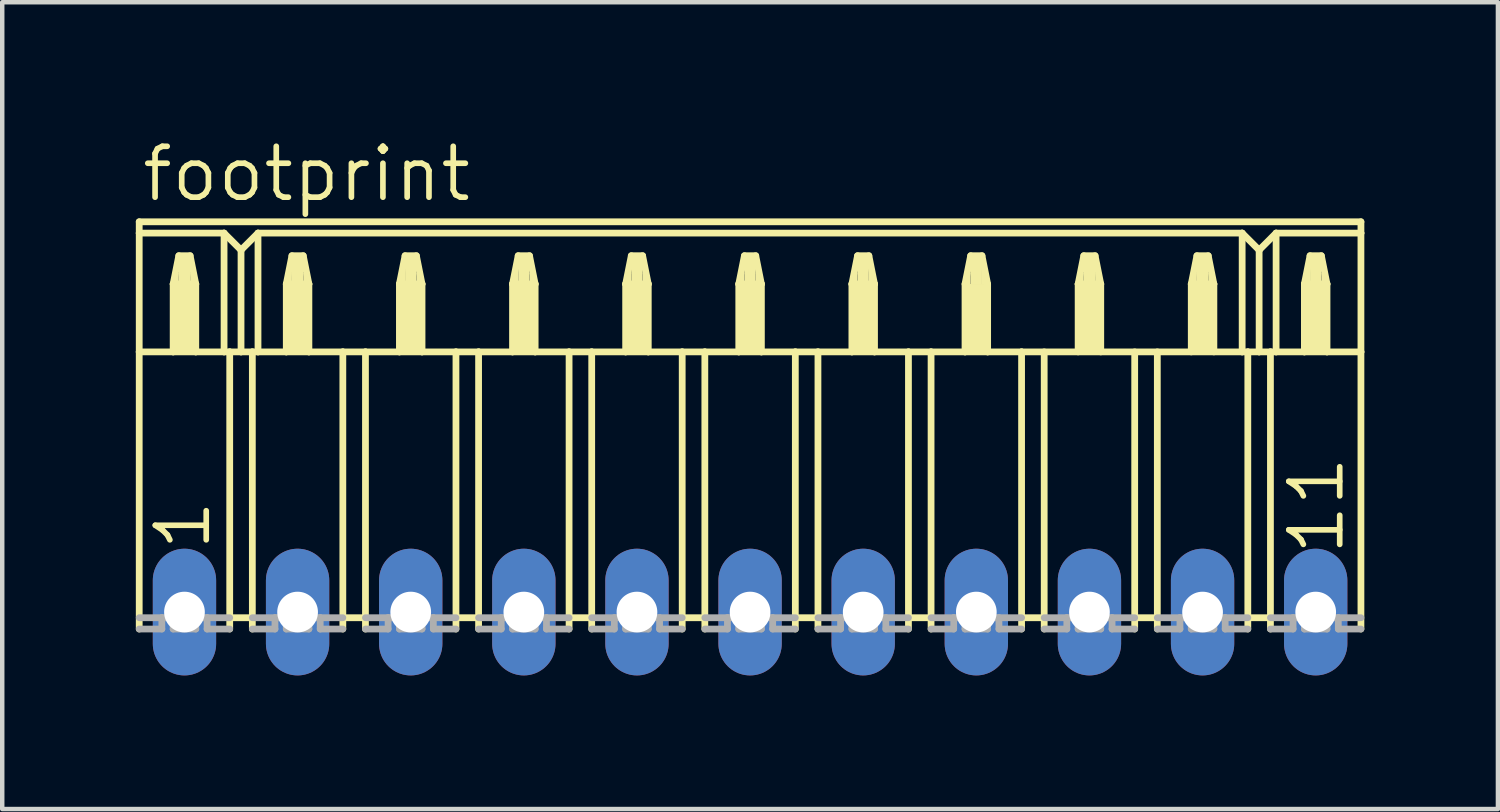
<source format=kicad_pcb>
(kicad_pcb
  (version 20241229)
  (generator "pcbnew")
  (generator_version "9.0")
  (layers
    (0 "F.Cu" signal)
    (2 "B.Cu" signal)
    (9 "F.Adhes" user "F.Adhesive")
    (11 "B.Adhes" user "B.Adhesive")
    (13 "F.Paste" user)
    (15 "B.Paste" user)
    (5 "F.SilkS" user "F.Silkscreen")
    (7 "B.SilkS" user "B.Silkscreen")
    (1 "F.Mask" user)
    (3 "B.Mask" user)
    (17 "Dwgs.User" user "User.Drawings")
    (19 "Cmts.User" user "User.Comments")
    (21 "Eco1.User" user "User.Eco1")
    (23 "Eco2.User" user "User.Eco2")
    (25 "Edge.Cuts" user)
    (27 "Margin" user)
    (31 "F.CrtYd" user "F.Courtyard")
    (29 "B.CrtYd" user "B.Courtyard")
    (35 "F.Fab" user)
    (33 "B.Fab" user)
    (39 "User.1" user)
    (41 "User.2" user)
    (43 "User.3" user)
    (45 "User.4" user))
  (footprint "footprint"
    (layer "F.Cu")
    (at 13.792 10.693)
    (property "Reference" "footprint" (at -13.716 -9.169 0) (layer "F.SilkS") (effects (font (size 1.143 1.143) (thickness 0.127)) (justify left bottom)))
    (fp_line (start -13.716 -8.763) (end -13.716 -8.509) (stroke (width 0.152) (type solid)) (layer "F.SilkS"))
    (fp_line (start -13.716 -8.763) (end 13.716 -8.763) (stroke (width 0.152) (type solid)) (layer "F.SilkS"))
    (fp_line (start -13.716 -8.509) (end -13.716 -5.842) (stroke (width 0.152) (type solid)) (layer "F.SilkS"))
    (fp_line (start -13.716 -8.509) (end -11.811 -8.509) (stroke (width 0.152) (type solid)) (layer "F.SilkS"))
    (fp_line (start -13.716 -5.842) (end -13.716 0.381) (stroke (width 0.152) (type solid)) (layer "F.SilkS"))
    (fp_line (start -13.716 -5.842) (end -12.954 -5.842) (stroke (width 0.152) (type solid)) (layer "F.SilkS"))
    (fp_line (start -12.954 -7.366) (end -12.954 -5.842) (stroke (width 0.152) (type solid)) (layer "F.SilkS"))
    (fp_line (start -12.954 -7.366) (end -12.827 -8.001) (stroke (width 0.152) (type solid)) (layer "F.SilkS"))
    (fp_line (start -12.954 -5.842) (end -12.446 -5.842) (stroke (width 0.152) (type solid)) (layer "F.SilkS"))
    (fp_line (start -12.827 -8.001) (end -12.573 -8.001) (stroke (width 0.152) (type solid)) (layer "F.SilkS"))
    (fp_line (start -12.573 -8.001) (end -12.446 -7.366) (stroke (width 0.152) (type solid)) (layer "F.SilkS"))
    (fp_line (start -12.446 -7.366) (end -12.954 -7.366) (stroke (width 0.152) (type solid)) (layer "F.SilkS"))
    (fp_line (start -12.446 -7.366) (end -12.446 -5.842) (stroke (width 0.152) (type solid)) (layer "F.SilkS"))
    (fp_line (start -12.446 -5.842) (end -11.811 -5.842) (stroke (width 0.152) (type solid)) (layer "F.SilkS"))
    (fp_line (start -11.811 -8.509) (end -11.811 -5.842) (stroke (width 0.152) (type solid)) (layer "F.SilkS"))
    (fp_line (start -11.811 -8.509) (end -11.43 -8.128) (stroke (width 0.152) (type solid)) (layer "F.SilkS"))
    (fp_line (start -11.811 -5.842) (end -11.684 -5.842) (stroke (width 0.152) (type solid)) (layer "F.SilkS"))
    (fp_line (start -11.684 -5.842) (end -11.684 0.127) (stroke (width 0.152) (type solid)) (layer "F.SilkS"))
    (fp_line (start -11.684 -5.842) (end -11.43 -5.842) (stroke (width 0.152) (type solid)) (layer "F.SilkS"))
    (fp_line (start -11.684 0.127) (end -11.684 0.381) (stroke (width 0.152) (type solid)) (layer "F.SilkS"))
    (fp_line (start -11.43 -8.128) (end -11.43 -5.842) (stroke (width 0.152) (type solid)) (layer "F.SilkS"))
    (fp_line (start -11.43 -8.128) (end -11.049 -8.509) (stroke (width 0.152) (type solid)) (layer "F.SilkS"))
    (fp_line (start -11.43 -5.842) (end -11.176 -5.842) (stroke (width 0.152) (type solid)) (layer "F.SilkS"))
    (fp_line (start -11.176 -5.842) (end -11.176 0.127) (stroke (width 0.152) (type solid)) (layer "F.SilkS"))
    (fp_line (start -11.176 -5.842) (end -11.049 -5.842) (stroke (width 0.152) (type solid)) (layer "F.SilkS"))
    (fp_line (start -11.176 0.127) (end -11.684 0.127) (stroke (width 0.152) (type solid)) (layer "F.SilkS"))
    (fp_line (start -11.176 0.127) (end -11.176 0.381) (stroke (width 0.152) (type solid)) (layer "F.SilkS"))
    (fp_line (start -11.049 -8.509) (end -11.049 -5.842) (stroke (width 0.152) (type solid)) (layer "F.SilkS"))
    (fp_line (start -11.049 -8.509) (end 11.049 -8.509) (stroke (width 0.152) (type solid)) (layer "F.SilkS"))
    (fp_line (start -11.049 -5.842) (end -10.414 -5.842) (stroke (width 0.152) (type solid)) (layer "F.SilkS"))
    (fp_line (start -10.414 -7.366) (end -10.414 -5.842) (stroke (width 0.152) (type solid)) (layer "F.SilkS"))
    (fp_line (start -10.414 -7.366) (end -10.287 -8.001) (stroke (width 0.152) (type solid)) (layer "F.SilkS"))
    (fp_line (start -10.414 -5.842) (end -9.906 -5.842) (stroke (width 0.152) (type solid)) (layer "F.SilkS"))
    (fp_line (start -10.287 -8.001) (end -10.033 -8.001) (stroke (width 0.152) (type solid)) (layer "F.SilkS"))
    (fp_line (start -10.033 -8.001) (end -9.906 -7.366) (stroke (width 0.152) (type solid)) (layer "F.SilkS"))
    (fp_line (start -9.906 -7.366) (end -10.414 -7.366) (stroke (width 0.152) (type solid)) (layer "F.SilkS"))
    (fp_line (start -9.906 -7.366) (end -9.906 -5.842) (stroke (width 0.152) (type solid)) (layer "F.SilkS"))
    (fp_line (start -9.906 -5.842) (end -9.144 -5.842) (stroke (width 0.152) (type solid)) (layer "F.SilkS"))
    (fp_line (start -9.144 -5.842) (end -9.144 0.127) (stroke (width 0.152) (type solid)) (layer "F.SilkS"))
    (fp_line (start -9.144 -5.842) (end -8.636 -5.842) (stroke (width 0.152) (type solid)) (layer "F.SilkS"))
    (fp_line (start -9.144 0.127) (end -9.144 0.381) (stroke (width 0.152) (type solid)) (layer "F.SilkS"))
    (fp_line (start -8.636 -5.842) (end -8.636 0.127) (stroke (width 0.152) (type solid)) (layer "F.SilkS"))
    (fp_line (start -8.636 -5.842) (end -7.874 -5.842) (stroke (width 0.152) (type solid)) (layer "F.SilkS"))
    (fp_line (start -8.636 0.127) (end -9.144 0.127) (stroke (width 0.152) (type solid)) (layer "F.SilkS"))
    (fp_line (start -8.636 0.127) (end -8.636 0.381) (stroke (width 0.152) (type solid)) (layer "F.SilkS"))
    (fp_line (start -7.874 -7.366) (end -7.874 -5.842) (stroke (width 0.152) (type solid)) (layer "F.SilkS"))
    (fp_line (start -7.874 -7.366) (end -7.747 -8.001) (stroke (width 0.152) (type solid)) (layer "F.SilkS"))
    (fp_line (start -7.874 -5.842) (end -7.366 -5.842) (stroke (width 0.152) (type solid)) (layer "F.SilkS"))
    (fp_line (start -7.747 -8.001) (end -7.493 -8.001) (stroke (width 0.152) (type solid)) (layer "F.SilkS"))
    (fp_line (start -7.493 -8.001) (end -7.366 -7.366) (stroke (width 0.152) (type solid)) (layer "F.SilkS"))
    (fp_line (start -7.366 -7.366) (end -7.874 -7.366) (stroke (width 0.152) (type solid)) (layer "F.SilkS"))
    (fp_line (start -7.366 -7.366) (end -7.366 -5.842) (stroke (width 0.152) (type solid)) (layer "F.SilkS"))
    (fp_line (start -7.366 -5.842) (end -6.604 -5.842) (stroke (width 0.152) (type solid)) (layer "F.SilkS"))
    (fp_line (start -6.604 -5.842) (end -6.604 0.127) (stroke (width 0.152) (type solid)) (layer "F.SilkS"))
    (fp_line (start -6.604 -5.842) (end -6.096 -5.842) (stroke (width 0.152) (type solid)) (layer "F.SilkS"))
    (fp_line (start -6.604 0.127) (end -6.604 0.381) (stroke (width 0.152) (type solid)) (layer "F.SilkS"))
    (fp_line (start -6.096 -5.842) (end -6.096 0.127) (stroke (width 0.152) (type solid)) (layer "F.SilkS"))
    (fp_line (start -6.096 -5.842) (end -5.334 -5.842) (stroke (width 0.152) (type solid)) (layer "F.SilkS"))
    (fp_line (start -6.096 0.127) (end -6.604 0.127) (stroke (width 0.152) (type solid)) (layer "F.SilkS"))
    (fp_line (start -6.096 0.127) (end -6.096 0.381) (stroke (width 0.152) (type solid)) (layer "F.SilkS"))
    (fp_line (start -5.334 -7.366) (end -5.334 -5.842) (stroke (width 0.152) (type solid)) (layer "F.SilkS"))
    (fp_line (start -5.334 -7.366) (end -5.207 -8.001) (stroke (width 0.152) (type solid)) (layer "F.SilkS"))
    (fp_line (start -5.334 -5.842) (end -4.826 -5.842) (stroke (width 0.152) (type solid)) (layer "F.SilkS"))
    (fp_line (start -5.207 -8.001) (end -4.953 -8.001) (stroke (width 0.152) (type solid)) (layer "F.SilkS"))
    (fp_line (start -4.953 -8.001) (end -4.826 -7.366) (stroke (width 0.152) (type solid)) (layer "F.SilkS"))
    (fp_line (start -4.826 -7.366) (end -5.334 -7.366) (stroke (width 0.152) (type solid)) (layer "F.SilkS"))
    (fp_line (start -4.826 -7.366) (end -4.826 -5.842) (stroke (width 0.152) (type solid)) (layer "F.SilkS"))
    (fp_line (start -4.826 -5.842) (end -4.064 -5.842) (stroke (width 0.152) (type solid)) (layer "F.SilkS"))
    (fp_line (start -4.064 -5.842) (end -4.064 0.127) (stroke (width 0.152) (type solid)) (layer "F.SilkS"))
    (fp_line (start -4.064 -5.842) (end -3.556 -5.842) (stroke (width 0.152) (type solid)) (layer "F.SilkS"))
    (fp_line (start -4.064 0.127) (end -4.064 0.381) (stroke (width 0.152) (type solid)) (layer "F.SilkS"))
    (fp_line (start -3.556 -5.842) (end -3.556 0.127) (stroke (width 0.152) (type solid)) (layer "F.SilkS"))
    (fp_line (start -3.556 -5.842) (end -2.794 -5.842) (stroke (width 0.152) (type solid)) (layer "F.SilkS"))
    (fp_line (start -3.556 0.127) (end -4.064 0.127) (stroke (width 0.152) (type solid)) (layer "F.SilkS"))
    (fp_line (start -3.556 0.127) (end -3.556 0.381) (stroke (width 0.152) (type solid)) (layer "F.SilkS"))
    (fp_line (start -2.794 -7.366) (end -2.794 -5.842) (stroke (width 0.152) (type solid)) (layer "F.SilkS"))
    (fp_line (start -2.794 -7.366) (end -2.667 -8.001) (stroke (width 0.152) (type solid)) (layer "F.SilkS"))
    (fp_line (start -2.794 -5.842) (end -2.286 -5.842) (stroke (width 0.152) (type solid)) (layer "F.SilkS"))
    (fp_line (start -2.667 -8.001) (end -2.413 -8.001) (stroke (width 0.152) (type solid)) (layer "F.SilkS"))
    (fp_line (start -2.413 -8.001) (end -2.286 -7.366) (stroke (width 0.152) (type solid)) (layer "F.SilkS"))
    (fp_line (start -2.286 -7.366) (end -2.794 -7.366) (stroke (width 0.152) (type solid)) (layer "F.SilkS"))
    (fp_line (start -2.286 -7.366) (end -2.286 -5.842) (stroke (width 0.152) (type solid)) (layer "F.SilkS"))
    (fp_line (start -2.286 -5.842) (end -1.524 -5.842) (stroke (width 0.152) (type solid)) (layer "F.SilkS"))
    (fp_line (start -1.524 -5.842) (end -1.524 0.127) (stroke (width 0.152) (type solid)) (layer "F.SilkS"))
    (fp_line (start -1.524 -5.842) (end -1.016 -5.842) (stroke (width 0.152) (type solid)) (layer "F.SilkS"))
    (fp_line (start -1.524 0.127) (end -1.524 0.381) (stroke (width 0.152) (type solid)) (layer "F.SilkS"))
    (fp_line (start -1.016 -5.842) (end -1.016 0.127) (stroke (width 0.152) (type solid)) (layer "F.SilkS"))
    (fp_line (start -1.016 -5.842) (end -0.254 -5.842) (stroke (width 0.152) (type solid)) (layer "F.SilkS"))
    (fp_line (start -1.016 0.127) (end -1.524 0.127) (stroke (width 0.152) (type solid)) (layer "F.SilkS"))
    (fp_line (start -1.016 0.127) (end -1.016 0.381) (stroke (width 0.152) (type solid)) (layer "F.SilkS"))
    (fp_line (start -0.254 -7.366) (end -0.254 -5.842) (stroke (width 0.152) (type solid)) (layer "F.SilkS"))
    (fp_line (start -0.254 -7.366) (end -0.127 -8.001) (stroke (width 0.152) (type solid)) (layer "F.SilkS"))
    (fp_line (start -0.254 -5.842) (end 0.254 -5.842) (stroke (width 0.152) (type solid)) (layer "F.SilkS"))
    (fp_line (start -0.127 -8.001) (end 0.127 -8.001) (stroke (width 0.152) (type solid)) (layer "F.SilkS"))
    (fp_line (start 0.127 -8.001) (end 0.254 -7.366) (stroke (width 0.152) (type solid)) (layer "F.SilkS"))
    (fp_line (start 0.254 -7.366) (end -0.254 -7.366) (stroke (width 0.152) (type solid)) (layer "F.SilkS"))
    (fp_line (start 0.254 -7.366) (end 0.254 -5.842) (stroke (width 0.152) (type solid)) (layer "F.SilkS"))
    (fp_line (start 0.254 -5.842) (end 1.016 -5.842) (stroke (width 0.152) (type solid)) (layer "F.SilkS"))
    (fp_line (start 1.016 -5.842) (end 1.016 0.127) (stroke (width 0.152) (type solid)) (layer "F.SilkS"))
    (fp_line (start 1.016 -5.842) (end 1.524 -5.842) (stroke (width 0.152) (type solid)) (layer "F.SilkS"))
    (fp_line (start 1.016 0.127) (end 1.016 0.381) (stroke (width 0.152) (type solid)) (layer "F.SilkS"))
    (fp_line (start 1.524 -5.842) (end 1.524 0.127) (stroke (width 0.152) (type solid)) (layer "F.SilkS"))
    (fp_line (start 1.524 -5.842) (end 2.286 -5.842) (stroke (width 0.152) (type solid)) (layer "F.SilkS"))
    (fp_line (start 1.524 0.127) (end 1.016 0.127) (stroke (width 0.152) (type solid)) (layer "F.SilkS"))
    (fp_line (start 1.524 0.127) (end 1.524 0.381) (stroke (width 0.152) (type solid)) (layer "F.SilkS"))
    (fp_line (start 2.286 -7.366) (end 2.286 -5.842) (stroke (width 0.152) (type solid)) (layer "F.SilkS"))
    (fp_line (start 2.286 -7.366) (end 2.413 -8.001) (stroke (width 0.152) (type solid)) (layer "F.SilkS"))
    (fp_line (start 2.286 -5.842) (end 2.794 -5.842) (stroke (width 0.152) (type solid)) (layer "F.SilkS"))
    (fp_line (start 2.413 -8.001) (end 2.667 -8.001) (stroke (width 0.152) (type solid)) (layer "F.SilkS"))
    (fp_line (start 2.667 -8.001) (end 2.794 -7.366) (stroke (width 0.152) (type solid)) (layer "F.SilkS"))
    (fp_line (start 2.794 -7.366) (end 2.286 -7.366) (stroke (width 0.152) (type solid)) (layer "F.SilkS"))
    (fp_line (start 2.794 -7.366) (end 2.794 -5.842) (stroke (width 0.152) (type solid)) (layer "F.SilkS"))
    (fp_line (start 2.794 -5.842) (end 3.556 -5.842) (stroke (width 0.152) (type solid)) (layer "F.SilkS"))
    (fp_line (start 3.556 -5.842) (end 3.556 0.127) (stroke (width 0.152) (type solid)) (layer "F.SilkS"))
    (fp_line (start 3.556 -5.842) (end 4.064 -5.842) (stroke (width 0.152) (type solid)) (layer "F.SilkS"))
    (fp_line (start 3.556 0.127) (end 3.556 0.381) (stroke (width 0.152) (type solid)) (layer "F.SilkS"))
    (fp_line (start 4.064 -5.842) (end 4.064 0.127) (stroke (width 0.152) (type solid)) (layer "F.SilkS"))
    (fp_line (start 4.064 -5.842) (end 4.826 -5.842) (stroke (width 0.152) (type solid)) (layer "F.SilkS"))
    (fp_line (start 4.064 0.127) (end 3.556 0.127) (stroke (width 0.152) (type solid)) (layer "F.SilkS"))
    (fp_line (start 4.064 0.127) (end 4.064 0.381) (stroke (width 0.152) (type solid)) (layer "F.SilkS"))
    (fp_line (start 4.826 -7.366) (end 4.826 -5.842) (stroke (width 0.152) (type solid)) (layer "F.SilkS"))
    (fp_line (start 4.826 -7.366) (end 4.953 -8.001) (stroke (width 0.152) (type solid)) (layer "F.SilkS"))
    (fp_line (start 4.826 -5.842) (end 5.334 -5.842) (stroke (width 0.152) (type solid)) (layer "F.SilkS"))
    (fp_line (start 4.953 -8.001) (end 5.207 -8.001) (stroke (width 0.152) (type solid)) (layer "F.SilkS"))
    (fp_line (start 5.207 -8.001) (end 5.334 -7.366) (stroke (width 0.152) (type solid)) (layer "F.SilkS"))
    (fp_line (start 5.334 -7.366) (end 5.334 -5.842) (stroke (width 0.152) (type solid)) (layer "F.SilkS"))
    (fp_line (start 5.334 -5.842) (end 6.096 -5.842) (stroke (width 0.152) (type solid)) (layer "F.SilkS"))
    (fp_line (start 6.096 -5.842) (end 6.096 0.127) (stroke (width 0.152) (type solid)) (layer "F.SilkS"))
    (fp_line (start 6.096 -5.842) (end 11.049 -5.842) (stroke (width 0.152) (type solid)) (layer "F.SilkS"))
    (fp_line (start 6.096 0.127) (end 6.096 0.381) (stroke (width 0.152) (type solid)) (layer "F.SilkS"))
    (fp_line (start 6.604 -5.842) (end 6.604 0.127) (stroke (width 0.152) (type solid)) (layer "F.SilkS"))
    (fp_line (start 6.604 0.127) (end 6.096 0.127) (stroke (width 0.152) (type solid)) (layer "F.SilkS"))
    (fp_line (start 6.604 0.127) (end 6.604 0.381) (stroke (width 0.152) (type solid)) (layer "F.SilkS"))
    (fp_line (start 7.366 -7.366) (end 7.366 -5.842) (stroke (width 0.152) (type solid)) (layer "F.SilkS"))
    (fp_line (start 7.366 -7.366) (end 7.493 -8.001) (stroke (width 0.152) (type solid)) (layer "F.SilkS"))
    (fp_line (start 7.493 -8.001) (end 7.747 -8.001) (stroke (width 0.152) (type solid)) (layer "F.SilkS"))
    (fp_line (start 7.747 -8.001) (end 7.874 -7.366) (stroke (width 0.152) (type solid)) (layer "F.SilkS"))
    (fp_line (start 7.874 -7.366) (end 7.366 -7.366) (stroke (width 0.152) (type solid)) (layer "F.SilkS"))
    (fp_line (start 7.874 -7.366) (end 7.874 -5.842) (stroke (width 0.152) (type solid)) (layer "F.SilkS"))
    (fp_line (start 8.636 -5.842) (end 8.636 0.127) (stroke (width 0.152) (type solid)) (layer "F.SilkS"))
    (fp_line (start 8.636 0.127) (end 8.636 0.381) (stroke (width 0.152) (type solid)) (layer "F.SilkS"))
    (fp_line (start 9.144 -5.842) (end 9.144 0.127) (stroke (width 0.152) (type solid)) (layer "F.SilkS"))
    (fp_line (start 9.144 0.127) (end 8.636 0.127) (stroke (width 0.152) (type solid)) (layer "F.SilkS"))
    (fp_line (start 9.144 0.127) (end 9.144 0.381) (stroke (width 0.152) (type solid)) (layer "F.SilkS"))
    (fp_line (start 9.906 -7.366) (end 9.906 -5.842) (stroke (width 0.152) (type solid)) (layer "F.SilkS"))
    (fp_line (start 9.906 -7.366) (end 10.033 -8.001) (stroke (width 0.152) (type solid)) (layer "F.SilkS"))
    (fp_line (start 10.033 -8.001) (end 10.287 -8.001) (stroke (width 0.152) (type solid)) (layer "F.SilkS"))
    (fp_line (start 10.287 -8.001) (end 10.414 -7.366) (stroke (width 0.152) (type solid)) (layer "F.SilkS"))
    (fp_line (start 10.414 -7.366) (end 9.906 -7.366) (stroke (width 0.152) (type solid)) (layer "F.SilkS"))
    (fp_line (start 10.414 -7.366) (end 10.414 -5.842) (stroke (width 0.152) (type solid)) (layer "F.SilkS"))
    (fp_line (start 11.049 -8.509) (end 11.049 -5.842) (stroke (width 0.152) (type solid)) (layer "F.SilkS"))
    (fp_line (start 11.049 -8.509) (end 11.43 -8.128) (stroke (width 0.152) (type solid)) (layer "F.SilkS"))
    (fp_line (start 11.049 -5.842) (end 11.176 -5.842) (stroke (width 0.152) (type solid)) (layer "F.SilkS"))
    (fp_line (start 11.176 -5.842) (end 11.176 0.127) (stroke (width 0.152) (type solid)) (layer "F.SilkS"))
    (fp_line (start 11.176 -5.842) (end 11.43 -5.842) (stroke (width 0.152) (type solid)) (layer "F.SilkS"))
    (fp_line (start 11.176 0.127) (end 11.176 0.381) (stroke (width 0.152) (type solid)) (layer "F.SilkS"))
    (fp_line (start 11.43 -8.128) (end 11.43 -5.842) (stroke (width 0.152) (type solid)) (layer "F.SilkS"))
    (fp_line (start 11.43 -8.128) (end 11.811 -8.509) (stroke (width 0.152) (type solid)) (layer "F.SilkS"))
    (fp_line (start 11.43 -5.842) (end 11.684 -5.842) (stroke (width 0.152) (type solid)) (layer "F.SilkS"))
    (fp_line (start 11.684 -5.842) (end 11.684 0.127) (stroke (width 0.152) (type solid)) (layer "F.SilkS"))
    (fp_line (start 11.684 -5.842) (end 11.811 -5.842) (stroke (width 0.152) (type solid)) (layer "F.SilkS"))
    (fp_line (start 11.684 0.127) (end 11.176 0.127) (stroke (width 0.152) (type solid)) (layer "F.SilkS"))
    (fp_line (start 11.684 0.127) (end 11.684 0.381) (stroke (width 0.152) (type solid)) (layer "F.SilkS"))
    (fp_line (start 11.811 -8.509) (end 11.811 -5.842) (stroke (width 0.152) (type solid)) (layer "F.SilkS"))
    (fp_line (start 11.811 -8.509) (end 13.716 -8.509) (stroke (width 0.152) (type solid)) (layer "F.SilkS"))
    (fp_line (start 11.811 -5.842) (end 12.446 -5.842) (stroke (width 0.152) (type solid)) (layer "F.SilkS"))
    (fp_line (start 12.446 -7.366) (end 12.446 -5.842) (stroke (width 0.152) (type solid)) (layer "F.SilkS"))
    (fp_line (start 12.446 -7.366) (end 12.573 -8.001) (stroke (width 0.152) (type solid)) (layer "F.SilkS"))
    (fp_line (start 12.446 -5.842) (end 12.954 -5.842) (stroke (width 0.152) (type solid)) (layer "F.SilkS"))
    (fp_line (start 12.573 -8.001) (end 12.827 -8.001) (stroke (width 0.152) (type solid)) (layer "F.SilkS"))
    (fp_line (start 12.827 -8.001) (end 12.954 -7.366) (stroke (width 0.152) (type solid)) (layer "F.SilkS"))
    (fp_line (start 12.954 -7.366) (end 12.446 -7.366) (stroke (width 0.152) (type solid)) (layer "F.SilkS"))
    (fp_line (start 12.954 -7.366) (end 12.954 -5.842) (stroke (width 0.152) (type solid)) (layer "F.SilkS"))
    (fp_line (start 12.954 -5.842) (end 13.716 -5.842) (stroke (width 0.152) (type solid)) (layer "F.SilkS"))
    (fp_line (start 13.716 -8.509) (end 13.716 -8.763) (stroke (width 0.152) (type solid)) (layer "F.SilkS"))
    (fp_line (start 13.716 -5.842) (end 13.716 -8.509) (stroke (width 0.152) (type solid)) (layer "F.SilkS"))
    (fp_line (start 13.716 -5.842) (end 13.716 0.381) (stroke (width 0.152) (type solid)) (layer "F.SilkS"))
    (fp_poly (pts (xy -12.954 -7.366) (xy -12.827 -7.366) (xy -12.827 -7.62) (xy -12.954 -7.62)) (stroke (width 0) (type solid)) (fill yes) (layer "F.SilkS"))
    (fp_poly (pts (xy -12.954 -5.842) (xy -12.446 -5.842) (xy -12.446 -7.366) (xy -12.954 -7.366)) (stroke (width 0) (type solid)) (fill yes) (layer "F.SilkS"))
    (fp_poly (pts (xy -12.827 -7.366) (xy -12.573 -7.366) (xy -12.573 -8.001) (xy -12.827 -8.001)) (stroke (width 0) (type solid)) (fill yes) (layer "F.SilkS"))
    (fp_poly (pts (xy -12.573 -7.366) (xy -12.446 -7.366) (xy -12.446 -7.62) (xy -12.573 -7.62)) (stroke (width 0) (type solid)) (fill yes) (layer "F.SilkS"))
    (fp_poly (pts (xy -10.414 -7.366) (xy -10.287 -7.366) (xy -10.287 -7.62) (xy -10.414 -7.62)) (stroke (width 0) (type solid)) (fill yes) (layer "F.SilkS"))
    (fp_poly (pts (xy -10.414 -5.842) (xy -9.906 -5.842) (xy -9.906 -7.366) (xy -10.414 -7.366)) (stroke (width 0) (type solid)) (fill yes) (layer "F.SilkS"))
    (fp_poly (pts (xy -10.287 -7.366) (xy -10.033 -7.366) (xy -10.033 -8.001) (xy -10.287 -8.001)) (stroke (width 0) (type solid)) (fill yes) (layer "F.SilkS"))
    (fp_poly (pts (xy -10.033 -7.366) (xy -9.906 -7.366) (xy -9.906 -7.62) (xy -10.033 -7.62)) (stroke (width 0) (type solid)) (fill yes) (layer "F.SilkS"))
    (fp_poly (pts (xy -7.874 -7.366) (xy -7.747 -7.366) (xy -7.747 -7.62) (xy -7.874 -7.62)) (stroke (width 0) (type solid)) (fill yes) (layer "F.SilkS"))
    (fp_poly (pts (xy -7.874 -5.842) (xy -7.366 -5.842) (xy -7.366 -7.366) (xy -7.874 -7.366)) (stroke (width 0) (type solid)) (fill yes) (layer "F.SilkS"))
    (fp_poly (pts (xy -7.747 -7.366) (xy -7.493 -7.366) (xy -7.493 -8.001) (xy -7.747 -8.001)) (stroke (width 0) (type solid)) (fill yes) (layer "F.SilkS"))
    (fp_poly (pts (xy -7.493 -7.366) (xy -7.366 -7.366) (xy -7.366 -7.62) (xy -7.493 -7.62)) (stroke (width 0) (type solid)) (fill yes) (layer "F.SilkS"))
    (fp_poly (pts (xy -5.334 -7.366) (xy -5.207 -7.366) (xy -5.207 -7.62) (xy -5.334 -7.62)) (stroke (width 0) (type solid)) (fill yes) (layer "F.SilkS"))
    (fp_poly (pts (xy -5.334 -5.842) (xy -4.826 -5.842) (xy -4.826 -7.366) (xy -5.334 -7.366)) (stroke (width 0) (type solid)) (fill yes) (layer "F.SilkS"))
    (fp_poly (pts (xy -5.207 -7.366) (xy -4.953 -7.366) (xy -4.953 -8.001) (xy -5.207 -8.001)) (stroke (width 0) (type solid)) (fill yes) (layer "F.SilkS"))
    (fp_poly (pts (xy -4.953 -7.366) (xy -4.826 -7.366) (xy -4.826 -7.62) (xy -4.953 -7.62)) (stroke (width 0) (type solid)) (fill yes) (layer "F.SilkS"))
    (fp_poly (pts (xy -2.794 -7.366) (xy -2.667 -7.366) (xy -2.667 -7.62) (xy -2.794 -7.62)) (stroke (width 0) (type solid)) (fill yes) (layer "F.SilkS"))
    (fp_poly (pts (xy -2.794 -5.842) (xy -2.286 -5.842) (xy -2.286 -7.366) (xy -2.794 -7.366)) (stroke (width 0) (type solid)) (fill yes) (layer "F.SilkS"))
    (fp_poly (pts (xy -2.667 -7.366) (xy -2.413 -7.366) (xy -2.413 -8.001) (xy -2.667 -8.001)) (stroke (width 0) (type solid)) (fill yes) (layer "F.SilkS"))
    (fp_poly (pts (xy -2.413 -7.366) (xy -2.286 -7.366) (xy -2.286 -7.62) (xy -2.413 -7.62)) (stroke (width 0) (type solid)) (fill yes) (layer "F.SilkS"))
    (fp_poly (pts (xy -0.254 -7.366) (xy -0.127 -7.366) (xy -0.127 -7.62) (xy -0.254 -7.62)) (stroke (width 0) (type solid)) (fill yes) (layer "F.SilkS"))
    (fp_poly (pts (xy -0.254 -5.842) (xy 0.254 -5.842) (xy 0.254 -7.366) (xy -0.254 -7.366)) (stroke (width 0) (type solid)) (fill yes) (layer "F.SilkS"))
    (fp_poly (pts (xy -0.127 -7.366) (xy 0.127 -7.366) (xy 0.127 -8.001) (xy -0.127 -8.001)) (stroke (width 0) (type solid)) (fill yes) (layer "F.SilkS"))
    (fp_poly (pts (xy 0.127 -7.366) (xy 0.254 -7.366) (xy 0.254 -7.62) (xy 0.127 -7.62)) (stroke (width 0) (type solid)) (fill yes) (layer "F.SilkS"))
    (fp_poly (pts (xy 2.286 -7.366) (xy 2.413 -7.366) (xy 2.413 -7.62) (xy 2.286 -7.62)) (stroke (width 0) (type solid)) (fill yes) (layer "F.SilkS"))
    (fp_poly (pts (xy 2.286 -5.842) (xy 2.794 -5.842) (xy 2.794 -7.366) (xy 2.286 -7.366)) (stroke (width 0) (type solid)) (fill yes) (layer "F.SilkS"))
    (fp_poly (pts (xy 2.413 -7.366) (xy 2.667 -7.366) (xy 2.667 -8.001) (xy 2.413 -8.001)) (stroke (width 0) (type solid)) (fill yes) (layer "F.SilkS"))
    (fp_poly (pts (xy 2.667 -7.366) (xy 2.794 -7.366) (xy 2.794 -7.62) (xy 2.667 -7.62)) (stroke (width 0) (type solid)) (fill yes) (layer "F.SilkS"))
    (fp_poly (pts (xy 4.826 -7.366) (xy 4.953 -7.366) (xy 4.953 -7.62) (xy 4.826 -7.62)) (stroke (width 0) (type solid)) (fill yes) (layer "F.SilkS"))
    (fp_poly (pts (xy 4.826 -5.842) (xy 5.334 -5.842) (xy 5.334 -7.366) (xy 4.826 -7.366)) (stroke (width 0) (type solid)) (fill yes) (layer "F.SilkS"))
    (fp_poly (pts (xy 4.953 -7.366) (xy 5.207 -7.366) (xy 5.207 -8.001) (xy 4.953 -8.001)) (stroke (width 0) (type solid)) (fill yes) (layer "F.SilkS"))
    (fp_poly (pts (xy 5.207 -7.366) (xy 5.334 -7.366) (xy 5.334 -7.62) (xy 5.207 -7.62)) (stroke (width 0) (type solid)) (fill yes) (layer "F.SilkS"))
    (fp_poly (pts (xy 7.366 -7.366) (xy 7.493 -7.366) (xy 7.493 -7.62) (xy 7.366 -7.62)) (stroke (width 0) (type solid)) (fill yes) (layer "F.SilkS"))
    (fp_poly (pts (xy 7.366 -5.842) (xy 7.874 -5.842) (xy 7.874 -7.366) (xy 7.366 -7.366)) (stroke (width 0) (type solid)) (fill yes) (layer "F.SilkS"))
    (fp_poly (pts (xy 7.493 -7.366) (xy 7.747 -7.366) (xy 7.747 -8.001) (xy 7.493 -8.001)) (stroke (width 0) (type solid)) (fill yes) (layer "F.SilkS"))
    (fp_poly (pts (xy 7.747 -7.366) (xy 7.874 -7.366) (xy 7.874 -7.62) (xy 7.747 -7.62)) (stroke (width 0) (type solid)) (fill yes) (layer "F.SilkS"))
    (fp_poly (pts (xy 9.906 -7.366) (xy 10.033 -7.366) (xy 10.033 -7.62) (xy 9.906 -7.62)) (stroke (width 0) (type solid)) (fill yes) (layer "F.SilkS"))
    (fp_poly (pts (xy 9.906 -5.842) (xy 10.414 -5.842) (xy 10.414 -7.366) (xy 9.906 -7.366)) (stroke (width 0) (type solid)) (fill yes) (layer "F.SilkS"))
    (fp_poly (pts (xy 10.033 -7.366) (xy 10.287 -7.366) (xy 10.287 -8.001) (xy 10.033 -8.001)) (stroke (width 0) (type solid)) (fill yes) (layer "F.SilkS"))
    (fp_poly (pts (xy 10.287 -7.366) (xy 10.414 -7.366) (xy 10.414 -7.62) (xy 10.287 -7.62)) (stroke (width 0) (type solid)) (fill yes) (layer "F.SilkS"))
    (fp_poly (pts (xy 12.446 -7.366) (xy 12.573 -7.366) (xy 12.573 -7.62) (xy 12.446 -7.62)) (stroke (width 0) (type solid)) (fill yes) (layer "F.SilkS"))
    (fp_poly (pts (xy 12.446 -5.842) (xy 12.954 -5.842) (xy 12.954 -7.366) (xy 12.446 -7.366)) (stroke (width 0) (type solid)) (fill yes) (layer "F.SilkS"))
    (fp_poly (pts (xy 12.573 -7.366) (xy 12.827 -7.366) (xy 12.827 -8.001) (xy 12.573 -8.001)) (stroke (width 0) (type solid)) (fill yes) (layer "F.SilkS"))
    (fp_poly (pts (xy 12.827 -7.366) (xy 12.954 -7.366) (xy 12.954 -7.62) (xy 12.827 -7.62)) (stroke (width 0) (type solid)) (fill yes) (layer "F.SilkS"))
    (fp_line (start -13.716 0.127) (end -13.208 0.127) (stroke (width 0.152) (type solid)) (layer "F.Fab"))
    (fp_line (start -13.208 0.381) (end -13.716 0.381) (stroke (width 0.152) (type solid)) (layer "F.Fab"))
    (fp_line (start -13.208 0.381) (end -13.208 0.127) (stroke (width 0.152) (type solid)) (layer "F.Fab"))
    (fp_line (start -12.954 0.127) (end -13.208 0.127) (stroke (width 0.152) (type solid)) (layer "F.Fab"))
    (fp_line (start -12.954 0.381) (end -12.954 0.127) (stroke (width 0.152) (type solid)) (layer "F.Fab"))
    (fp_line (start -12.446 0.381) (end -12.954 0.381) (stroke (width 0.152) (type solid)) (layer "F.Fab"))
    (fp_line (start -12.446 0.381) (end -12.446 0.127) (stroke (width 0.152) (type solid)) (layer "F.Fab"))
    (fp_line (start -12.192 0.127) (end -12.446 0.127) (stroke (width 0.152) (type solid)) (layer "F.Fab"))
    (fp_line (start -12.192 0.381) (end -12.192 0.127) (stroke (width 0.152) (type solid)) (layer "F.Fab"))
    (fp_line (start -11.684 0.127) (end -12.192 0.127) (stroke (width 0.152) (type solid)) (layer "F.Fab"))
    (fp_line (start -11.684 0.381) (end -12.192 0.381) (stroke (width 0.152) (type solid)) (layer "F.Fab"))
    (fp_line (start -11.176 0.127) (end -10.668 0.127) (stroke (width 0.152) (type solid)) (layer "F.Fab"))
    (fp_line (start -10.668 0.381) (end -11.176 0.381) (stroke (width 0.152) (type solid)) (layer "F.Fab"))
    (fp_line (start -10.668 0.381) (end -10.668 0.127) (stroke (width 0.152) (type solid)) (layer "F.Fab"))
    (fp_line (start -10.414 0.127) (end -10.668 0.127) (stroke (width 0.152) (type solid)) (layer "F.Fab"))
    (fp_line (start -10.414 0.381) (end -10.414 0.127) (stroke (width 0.152) (type solid)) (layer "F.Fab"))
    (fp_line (start -9.906 0.381) (end -10.414 0.381) (stroke (width 0.152) (type solid)) (layer "F.Fab"))
    (fp_line (start -9.906 0.381) (end -9.906 0.127) (stroke (width 0.152) (type solid)) (layer "F.Fab"))
    (fp_line (start -9.652 0.127) (end -9.906 0.127) (stroke (width 0.152) (type solid)) (layer "F.Fab"))
    (fp_line (start -9.652 0.381) (end -9.652 0.127) (stroke (width 0.152) (type solid)) (layer "F.Fab"))
    (fp_line (start -9.144 0.127) (end -9.652 0.127) (stroke (width 0.152) (type solid)) (layer "F.Fab"))
    (fp_line (start -9.144 0.381) (end -9.652 0.381) (stroke (width 0.152) (type solid)) (layer "F.Fab"))
    (fp_line (start -8.636 0.127) (end -8.128 0.127) (stroke (width 0.152) (type solid)) (layer "F.Fab"))
    (fp_line (start -8.128 0.381) (end -8.636 0.381) (stroke (width 0.152) (type solid)) (layer "F.Fab"))
    (fp_line (start -8.128 0.381) (end -8.128 0.127) (stroke (width 0.152) (type solid)) (layer "F.Fab"))
    (fp_line (start -7.874 0.127) (end -8.128 0.127) (stroke (width 0.152) (type solid)) (layer "F.Fab"))
    (fp_line (start -7.874 0.381) (end -7.874 0.127) (stroke (width 0.152) (type solid)) (layer "F.Fab"))
    (fp_line (start -7.366 0.381) (end -7.874 0.381) (stroke (width 0.152) (type solid)) (layer "F.Fab"))
    (fp_line (start -7.366 0.381) (end -7.366 0.127) (stroke (width 0.152) (type solid)) (layer "F.Fab"))
    (fp_line (start -7.112 0.127) (end -7.366 0.127) (stroke (width 0.152) (type solid)) (layer "F.Fab"))
    (fp_line (start -7.112 0.381) (end -7.112 0.127) (stroke (width 0.152) (type solid)) (layer "F.Fab"))
    (fp_line (start -6.604 0.127) (end -7.112 0.127) (stroke (width 0.152) (type solid)) (layer "F.Fab"))
    (fp_line (start -6.604 0.381) (end -7.112 0.381) (stroke (width 0.152) (type solid)) (layer "F.Fab"))
    (fp_line (start -6.096 0.127) (end -5.588 0.127) (stroke (width 0.152) (type solid)) (layer "F.Fab"))
    (fp_line (start -5.588 0.381) (end -6.096 0.381) (stroke (width 0.152) (type solid)) (layer "F.Fab"))
    (fp_line (start -5.588 0.381) (end -5.588 0.127) (stroke (width 0.152) (type solid)) (layer "F.Fab"))
    (fp_line (start -5.334 0.127) (end -5.588 0.127) (stroke (width 0.152) (type solid)) (layer "F.Fab"))
    (fp_line (start -5.334 0.381) (end -5.334 0.127) (stroke (width 0.152) (type solid)) (layer "F.Fab"))
    (fp_line (start -4.826 0.381) (end -5.334 0.381) (stroke (width 0.152) (type solid)) (layer "F.Fab"))
    (fp_line (start -4.826 0.381) (end -4.826 0.127) (stroke (width 0.152) (type solid)) (layer "F.Fab"))
    (fp_line (start -4.572 0.127) (end -4.826 0.127) (stroke (width 0.152) (type solid)) (layer "F.Fab"))
    (fp_line (start -4.572 0.381) (end -4.572 0.127) (stroke (width 0.152) (type solid)) (layer "F.Fab"))
    (fp_line (start -4.064 0.127) (end -4.572 0.127) (stroke (width 0.152) (type solid)) (layer "F.Fab"))
    (fp_line (start -4.064 0.381) (end -4.572 0.381) (stroke (width 0.152) (type solid)) (layer "F.Fab"))
    (fp_line (start -3.556 0.127) (end -3.048 0.127) (stroke (width 0.152) (type solid)) (layer "F.Fab"))
    (fp_line (start -3.048 0.381) (end -3.556 0.381) (stroke (width 0.152) (type solid)) (layer "F.Fab"))
    (fp_line (start -3.048 0.381) (end -3.048 0.127) (stroke (width 0.152) (type solid)) (layer "F.Fab"))
    (fp_line (start -2.794 0.127) (end -3.048 0.127) (stroke (width 0.152) (type solid)) (layer "F.Fab"))
    (fp_line (start -2.794 0.381) (end -2.794 0.127) (stroke (width 0.152) (type solid)) (layer "F.Fab"))
    (fp_line (start -2.286 0.381) (end -2.794 0.381) (stroke (width 0.152) (type solid)) (layer "F.Fab"))
    (fp_line (start -2.286 0.381) (end -2.286 0.127) (stroke (width 0.152) (type solid)) (layer "F.Fab"))
    (fp_line (start -2.032 0.127) (end -2.286 0.127) (stroke (width 0.152) (type solid)) (layer "F.Fab"))
    (fp_line (start -2.032 0.381) (end -2.032 0.127) (stroke (width 0.152) (type solid)) (layer "F.Fab"))
    (fp_line (start -1.524 0.127) (end -2.032 0.127) (stroke (width 0.152) (type solid)) (layer "F.Fab"))
    (fp_line (start -1.524 0.381) (end -2.032 0.381) (stroke (width 0.152) (type solid)) (layer "F.Fab"))
    (fp_line (start -1.016 0.127) (end -0.508 0.127) (stroke (width 0.152) (type solid)) (layer "F.Fab"))
    (fp_line (start -0.508 0.381) (end -1.016 0.381) (stroke (width 0.152) (type solid)) (layer "F.Fab"))
    (fp_line (start -0.508 0.381) (end -0.508 0.127) (stroke (width 0.152) (type solid)) (layer "F.Fab"))
    (fp_line (start -0.254 0.127) (end -0.508 0.127) (stroke (width 0.152) (type solid)) (layer "F.Fab"))
    (fp_line (start -0.254 0.381) (end -0.254 0.127) (stroke (width 0.152) (type solid)) (layer "F.Fab"))
    (fp_line (start 0.254 0.381) (end -0.254 0.381) (stroke (width 0.152) (type solid)) (layer "F.Fab"))
    (fp_line (start 0.254 0.381) (end 0.254 0.127) (stroke (width 0.152) (type solid)) (layer "F.Fab"))
    (fp_line (start 0.508 0.127) (end 0.254 0.127) (stroke (width 0.152) (type solid)) (layer "F.Fab"))
    (fp_line (start 0.508 0.381) (end 0.508 0.127) (stroke (width 0.152) (type solid)) (layer "F.Fab"))
    (fp_line (start 1.016 0.127) (end 0.508 0.127) (stroke (width 0.152) (type solid)) (layer "F.Fab"))
    (fp_line (start 1.016 0.381) (end 0.508 0.381) (stroke (width 0.152) (type solid)) (layer "F.Fab"))
    (fp_line (start 1.524 0.127) (end 2.032 0.127) (stroke (width 0.152) (type solid)) (layer "F.Fab"))
    (fp_line (start 2.032 0.381) (end 1.524 0.381) (stroke (width 0.152) (type solid)) (layer "F.Fab"))
    (fp_line (start 2.032 0.381) (end 2.032 0.127) (stroke (width 0.152) (type solid)) (layer "F.Fab"))
    (fp_line (start 2.286 0.127) (end 2.032 0.127) (stroke (width 0.152) (type solid)) (layer "F.Fab"))
    (fp_line (start 2.286 0.381) (end 2.286 0.127) (stroke (width 0.152) (type solid)) (layer "F.Fab"))
    (fp_line (start 2.794 0.381) (end 2.286 0.381) (stroke (width 0.152) (type solid)) (layer "F.Fab"))
    (fp_line (start 2.794 0.381) (end 2.794 0.127) (stroke (width 0.152) (type solid)) (layer "F.Fab"))
    (fp_line (start 3.048 0.127) (end 2.794 0.127) (stroke (width 0.152) (type solid)) (layer "F.Fab"))
    (fp_line (start 3.048 0.381) (end 3.048 0.127) (stroke (width 0.152) (type solid)) (layer "F.Fab"))
    (fp_line (start 3.556 0.127) (end 3.048 0.127) (stroke (width 0.152) (type solid)) (layer "F.Fab"))
    (fp_line (start 3.556 0.381) (end 3.048 0.381) (stroke (width 0.152) (type solid)) (layer "F.Fab"))
    (fp_line (start 4.064 0.127) (end 4.572 0.127) (stroke (width 0.152) (type solid)) (layer "F.Fab"))
    (fp_line (start 4.572 0.381) (end 4.064 0.381) (stroke (width 0.152) (type solid)) (layer "F.Fab"))
    (fp_line (start 4.572 0.381) (end 4.572 0.127) (stroke (width 0.152) (type solid)) (layer "F.Fab"))
    (fp_line (start 4.826 0.127) (end 4.572 0.127) (stroke (width 0.152) (type solid)) (layer "F.Fab"))
    (fp_line (start 4.826 0.381) (end 4.826 0.127) (stroke (width 0.152) (type solid)) (layer "F.Fab"))
    (fp_line (start 5.334 0.381) (end 4.826 0.381) (stroke (width 0.152) (type solid)) (layer "F.Fab"))
    (fp_line (start 5.334 0.381) (end 5.334 0.127) (stroke (width 0.152) (type solid)) (layer "F.Fab"))
    (fp_line (start 5.588 0.127) (end 5.334 0.127) (stroke (width 0.152) (type solid)) (layer "F.Fab"))
    (fp_line (start 5.588 0.381) (end 5.588 0.127) (stroke (width 0.152) (type solid)) (layer "F.Fab"))
    (fp_line (start 6.096 0.127) (end 5.588 0.127) (stroke (width 0.152) (type solid)) (layer "F.Fab"))
    (fp_line (start 6.096 0.381) (end 5.588 0.381) (stroke (width 0.152) (type solid)) (layer "F.Fab"))
    (fp_line (start 6.604 0.127) (end 7.112 0.127) (stroke (width 0.152) (type solid)) (layer "F.Fab"))
    (fp_line (start 7.112 0.381) (end 6.604 0.381) (stroke (width 0.152) (type solid)) (layer "F.Fab"))
    (fp_line (start 7.112 0.381) (end 7.112 0.127) (stroke (width 0.152) (type solid)) (layer "F.Fab"))
    (fp_line (start 7.366 0.127) (end 7.112 0.127) (stroke (width 0.152) (type solid)) (layer "F.Fab"))
    (fp_line (start 7.366 0.381) (end 7.366 0.127) (stroke (width 0.152) (type solid)) (layer "F.Fab"))
    (fp_line (start 7.874 0.381) (end 7.366 0.381) (stroke (width 0.152) (type solid)) (layer "F.Fab"))
    (fp_line (start 7.874 0.381) (end 7.874 0.127) (stroke (width 0.152) (type solid)) (layer "F.Fab"))
    (fp_line (start 8.128 0.127) (end 7.874 0.127) (stroke (width 0.152) (type solid)) (layer "F.Fab"))
    (fp_line (start 8.128 0.381) (end 8.128 0.127) (stroke (width 0.152) (type solid)) (layer "F.Fab"))
    (fp_line (start 8.636 0.127) (end 8.128 0.127) (stroke (width 0.152) (type solid)) (layer "F.Fab"))
    (fp_line (start 8.636 0.381) (end 8.128 0.381) (stroke (width 0.152) (type solid)) (layer "F.Fab"))
    (fp_line (start 9.144 0.127) (end 9.652 0.127) (stroke (width 0.152) (type solid)) (layer "F.Fab"))
    (fp_line (start 9.652 0.381) (end 9.144 0.381) (stroke (width 0.152) (type solid)) (layer "F.Fab"))
    (fp_line (start 9.652 0.381) (end 9.652 0.127) (stroke (width 0.152) (type solid)) (layer "F.Fab"))
    (fp_line (start 9.906 0.127) (end 9.652 0.127) (stroke (width 0.152) (type solid)) (layer "F.Fab"))
    (fp_line (start 9.906 0.381) (end 9.906 0.127) (stroke (width 0.152) (type solid)) (layer "F.Fab"))
    (fp_line (start 10.414 0.381) (end 9.906 0.381) (stroke (width 0.152) (type solid)) (layer "F.Fab"))
    (fp_line (start 10.414 0.381) (end 10.414 0.127) (stroke (width 0.152) (type solid)) (layer "F.Fab"))
    (fp_line (start 10.668 0.127) (end 10.414 0.127) (stroke (width 0.152) (type solid)) (layer "F.Fab"))
    (fp_line (start 10.668 0.381) (end 10.668 0.127) (stroke (width 0.152) (type solid)) (layer "F.Fab"))
    (fp_line (start 11.176 0.127) (end 10.668 0.127) (stroke (width 0.152) (type solid)) (layer "F.Fab"))
    (fp_line (start 11.176 0.381) (end 10.668 0.381) (stroke (width 0.152) (type solid)) (layer "F.Fab"))
    (fp_line (start 11.684 0.127) (end 12.192 0.127) (stroke (width 0.152) (type solid)) (layer "F.Fab"))
    (fp_line (start 12.192 0.381) (end 11.684 0.381) (stroke (width 0.152) (type solid)) (layer "F.Fab"))
    (fp_line (start 12.192 0.381) (end 12.192 0.127) (stroke (width 0.152) (type solid)) (layer "F.Fab"))
    (fp_line (start 12.446 0.127) (end 12.192 0.127) (stroke (width 0.152) (type solid)) (layer "F.Fab"))
    (fp_line (start 12.446 0.381) (end 12.446 0.127) (stroke (width 0.152) (type solid)) (layer "F.Fab"))
    (fp_line (start 12.954 0.381) (end 12.446 0.381) (stroke (width 0.152) (type solid)) (layer "F.Fab"))
    (fp_line (start 12.954 0.381) (end 12.954 0.127) (stroke (width 0.152) (type solid)) (layer "F.Fab"))
    (fp_line (start 13.208 0.127) (end 12.954 0.127) (stroke (width 0.152) (type solid)) (layer "F.Fab"))
    (fp_line (start 13.208 0.381) (end 13.208 0.127) (stroke (width 0.152) (type solid)) (layer "F.Fab"))
    (fp_line (start 13.716 0.127) (end 13.208 0.127) (stroke (width 0.152) (type solid)) (layer "F.Fab"))
    (fp_line (start 13.716 0.381) (end 13.208 0.381) (stroke (width 0.152) (type solid)) (layer "F.Fab"))
    (fp_text user "1" (at -12.065 -1.321 90) (layer "F.SilkS") (effects (font (size 1.143 1.143) (thickness 0.127)) (justify left bottom)))
    (fp_text user "11" (at 13.386 -1.219 90) (layer "F.SilkS") (effects (font (size 1.143 1.143) (thickness 0.127)) (justify left bottom)))
    (pad "1" thru_hole oval (at -12.7 0 90) (size 2.845 1.422) (drill 0.914) (layers "*.Cu" "*.Mask"))
    (pad "2" thru_hole oval (at -10.16 0 90) (size 2.845 1.422) (drill 0.914) (layers "*.Cu" "*.Mask"))
    (pad "3" thru_hole oval (at -7.62 0 90) (size 2.845 1.422) (drill 0.914) (layers "*.Cu" "*.Mask"))
    (pad "4" thru_hole oval (at -5.08 0 90) (size 2.845 1.422) (drill 0.914) (layers "*.Cu" "*.Mask"))
    (pad "5" thru_hole oval (at -2.54 0 90) (size 2.845 1.422) (drill 0.914) (layers "*.Cu" "*.Mask"))
    (pad "6" thru_hole oval (at 0 0 90) (size 2.845 1.422) (drill 0.914) (layers "*.Cu" "*.Mask"))
    (pad "7" thru_hole oval (at 2.54 0 90) (size 2.845 1.422) (drill 0.914) (layers "*.Cu" "*.Mask"))
    (pad "8" thru_hole oval (at 5.08 0 90) (size 2.845 1.422) (drill 0.914) (layers "*.Cu" "*.Mask"))
    (pad "9" thru_hole oval (at 7.62 0 90) (size 2.845 1.422) (drill 0.914) (layers "*.Cu" "*.Mask"))
    (pad "10" thru_hole oval (at 10.16 0 90) (size 2.845 1.422) (drill 0.914) (layers "*.Cu" "*.Mask"))
    (pad "11" thru_hole oval (at 12.7 0 90) (size 2.845 1.422) (drill 0.914) (layers "*.Cu" "*.Mask")))
  (gr_rect
    (start -3 -3)
    (end 30.584 15.116)
    (stroke (width 0.1) (type default))
    (fill no)
    (layer "Edge.Cuts")))
</source>
